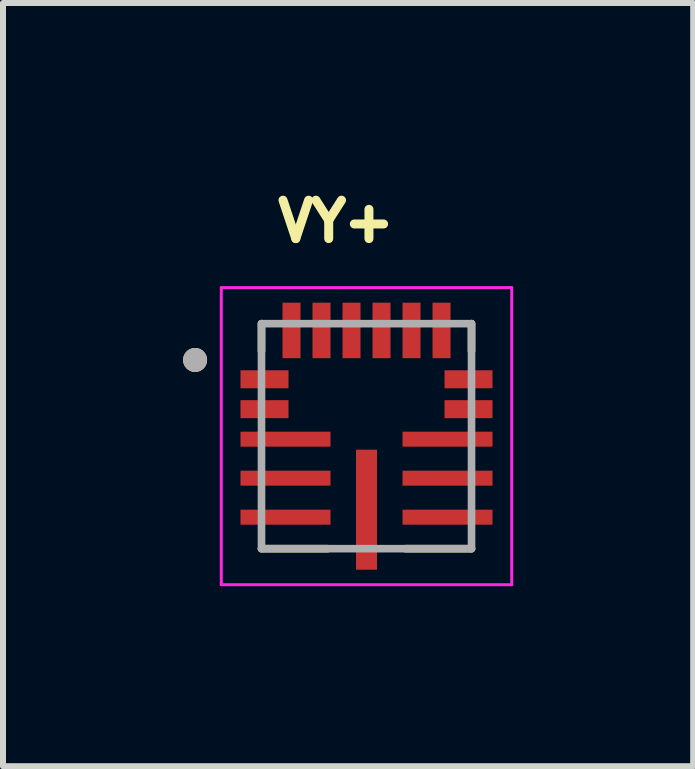
<source format=kicad_pcb>
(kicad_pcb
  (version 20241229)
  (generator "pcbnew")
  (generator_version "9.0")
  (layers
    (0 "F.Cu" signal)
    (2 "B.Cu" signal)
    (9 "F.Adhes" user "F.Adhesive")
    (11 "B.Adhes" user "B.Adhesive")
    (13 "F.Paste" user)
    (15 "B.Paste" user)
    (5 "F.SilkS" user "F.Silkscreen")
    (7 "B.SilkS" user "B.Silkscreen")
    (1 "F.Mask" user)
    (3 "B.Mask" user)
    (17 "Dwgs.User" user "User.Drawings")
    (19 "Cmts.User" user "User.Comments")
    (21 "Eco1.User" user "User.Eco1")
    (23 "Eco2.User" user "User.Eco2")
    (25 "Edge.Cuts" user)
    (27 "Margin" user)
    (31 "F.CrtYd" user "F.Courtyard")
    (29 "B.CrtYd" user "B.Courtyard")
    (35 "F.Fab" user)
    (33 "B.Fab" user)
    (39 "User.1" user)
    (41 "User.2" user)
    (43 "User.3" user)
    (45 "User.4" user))
  (footprint "VY+"
    (layer "F.Cu")
    (at 3.058 4.219)
    (property "Reference" "VY+" (at -0.508 -3.581 0) (layer "F.SilkS") (effects (font (size 0.64 0.64) (thickness 0.15))))
    (attr through_hole)
    (fp_line (start -1.75 -1.418) (end -1.75 -1.875) (stroke (width 0.127) (type solid)) (layer "F.SilkS"))
    (fp_line (start -0.65 1.875) (end -1.75 1.875) (stroke (width 0.127) (type solid)) (layer "F.SilkS"))
    (fp_line (start 1.75 -1.418) (end 1.75 -1.875) (stroke (width 0.127) (type solid)) (layer "F.SilkS"))
    (fp_line (start 1.75 1.875) (end 0.65 1.875) (stroke (width 0.127) (type solid)) (layer "F.SilkS"))
    (fp_circle (center -2.857 -1.27) (end -2.757 -1.27) (stroke (width 0.2) (type solid)) (fill no) (layer "F.SilkS"))
    (fp_line (start -2.42 -2.475) (end -2.42 2.475) (stroke (width 0.05) (type solid)) (layer "F.CrtYd"))
    (fp_line (start -2.42 2.475) (end 2.42 2.475) (stroke (width 0.05) (type solid)) (layer "F.CrtYd"))
    (fp_line (start 2.42 -2.475) (end -2.42 -2.475) (stroke (width 0.05) (type solid)) (layer "F.CrtYd"))
    (fp_line (start 2.42 2.475) (end 2.42 -2.475) (stroke (width 0.05) (type solid)) (layer "F.CrtYd"))
    (fp_line (start -1.75 -1.875) (end -1.75 1.875) (stroke (width 0.127) (type solid)) (layer "F.Fab"))
    (fp_line (start -1.75 1.875) (end 1.75 1.875) (stroke (width 0.127) (type solid)) (layer "F.Fab"))
    (fp_line (start 1.75 -1.875) (end -1.75 -1.875) (stroke (width 0.127) (type solid)) (layer "F.Fab"))
    (fp_line (start 1.75 1.875) (end 1.75 -1.875) (stroke (width 0.127) (type solid)) (layer "F.Fab"))
    (fp_circle (center -2.857 -1.27) (end -2.757 -1.27) (stroke (width 0.2) (type solid)) (fill no) (layer "F.Fab"))
    (pad "1" smd rect (at -1.7 -0.948) (size 0.8 0.3) (layers "F.Cu" "F.Mask" "F.Paste"))
    (pad "2" smd rect (at -1.7 -0.45) (size 0.8 0.3) (layers "F.Cu" "F.Mask" "F.Paste"))
    (pad "3" smd rect (at -1.35 0.05) (size 1.5 0.25) (layers "F.Cu" "F.Mask" "F.Paste"))
    (pad "4" smd rect (at -1.35 0.7) (size 1.5 0.25) (layers "F.Cu" "F.Mask" "F.Paste"))
    (pad "5" smd rect (at -1.35 1.35) (size 1.5 0.25) (layers "F.Cu" "F.Mask" "F.Paste"))
    (pad "6" smd rect (at 0 1.225) (size 0.35 2) (layers "F.Cu" "F.Mask" "F.Paste"))
    (pad "7" smd rect (at 1.35 1.35) (size 1.5 0.25) (layers "F.Cu" "F.Mask" "F.Paste"))
    (pad "8" smd rect (at 1.35 0.7) (size 1.5 0.25) (layers "F.Cu" "F.Mask" "F.Paste"))
    (pad "9" smd rect (at 1.35 0.05) (size 1.5 0.25) (layers "F.Cu" "F.Mask" "F.Paste"))
    (pad "10" smd rect (at 1.7 -0.45) (size 0.8 0.3) (layers "F.Cu" "F.Mask" "F.Paste"))
    (pad "11" smd rect (at 1.7 -0.948) (size 0.8 0.3) (layers "F.Cu" "F.Mask" "F.Paste"))
    (pad "12" smd rect (at 1.25 -1.762) (size 0.3 0.925) (layers "F.Cu" "F.Mask" "F.Paste"))
    (pad "13" smd rect (at 0.75 -1.762) (size 0.3 0.925) (layers "F.Cu" "F.Mask" "F.Paste"))
    (pad "14" smd rect (at 0.25 -1.762) (size 0.3 0.925) (layers "F.Cu" "F.Mask" "F.Paste"))
    (pad "15" smd rect (at -0.25 -1.762) (size 0.3 0.925) (layers "F.Cu" "F.Mask" "F.Paste"))
    (pad "16" smd rect (at -0.75 -1.762) (size 0.3 0.925) (layers "F.Cu" "F.Mask" "F.Paste"))
    (pad "17" smd rect (at -1.25 -1.762) (size 0.3 0.925) (layers "F.Cu" "F.Mask" "F.Paste")))
  (gr_rect
    (start -3 -3)
    (end 8.502 9.719)
    (stroke (width 0.1) (type default))
    (fill no)
    (layer "Edge.Cuts")))
</source>
